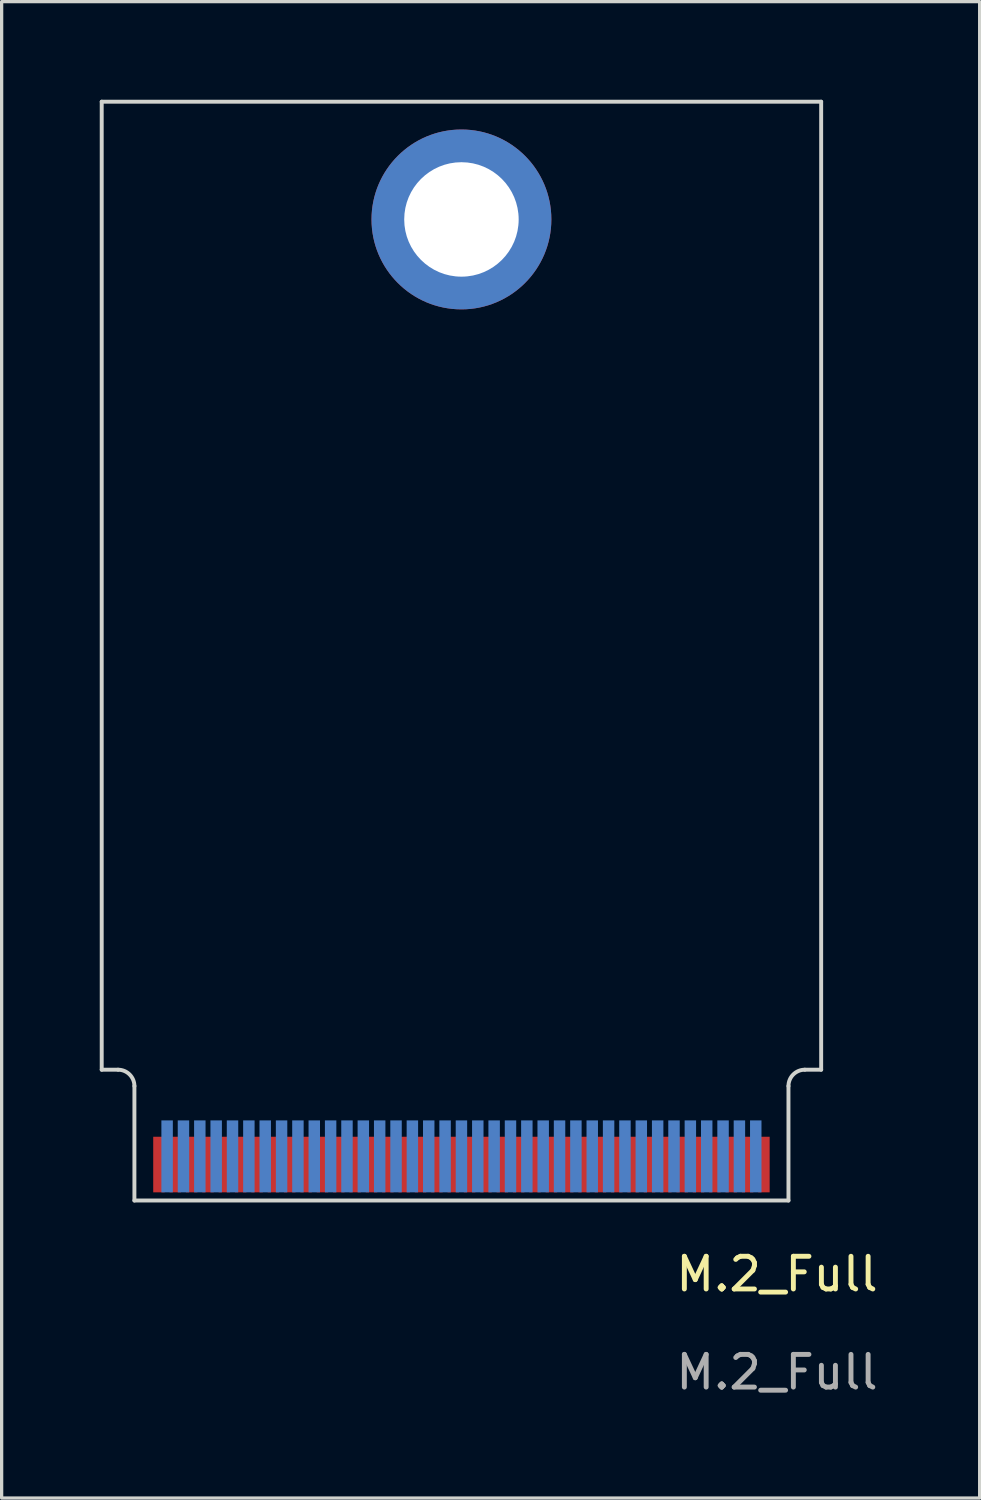
<source format=kicad_pcb>
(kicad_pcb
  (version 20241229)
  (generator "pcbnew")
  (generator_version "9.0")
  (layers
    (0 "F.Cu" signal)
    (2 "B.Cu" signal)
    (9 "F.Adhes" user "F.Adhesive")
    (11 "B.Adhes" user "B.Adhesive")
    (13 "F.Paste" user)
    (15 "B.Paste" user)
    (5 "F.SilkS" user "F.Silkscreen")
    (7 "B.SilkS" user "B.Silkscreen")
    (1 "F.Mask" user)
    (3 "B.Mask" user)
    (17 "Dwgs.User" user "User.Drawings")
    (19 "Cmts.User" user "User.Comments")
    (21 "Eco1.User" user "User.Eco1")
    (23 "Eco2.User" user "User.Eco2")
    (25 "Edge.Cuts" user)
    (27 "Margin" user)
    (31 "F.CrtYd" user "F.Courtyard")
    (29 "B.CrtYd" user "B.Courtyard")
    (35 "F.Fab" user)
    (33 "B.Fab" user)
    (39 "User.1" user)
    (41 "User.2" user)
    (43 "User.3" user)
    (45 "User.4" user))
  (footprint "M.2_Full"
    (layer "F.Cu")
    (at 11.06 33.66)
    (property "Reference" "M.2_Full" (at 9.65 2.25 0) (unlocked yes) (layer "F.SilkS") (effects (font (size 1 1) (thickness 0.15))))
    (fp_line (start -11 -33.6) (end 11 -33.6) (stroke (width 0.12) (type default)) (layer "Edge.Cuts"))
    (fp_line (start -11 -4) (end -11 -33.6) (stroke (width 0.12) (type default)) (layer "Edge.Cuts"))
    (fp_line (start -10.5 -4) (end -11 -4) (stroke (width 0.12) (type default)) (layer "Edge.Cuts"))
    (fp_line (start -10 0) (end -10 -3.5) (stroke (width 0.12) (type default)) (layer "Edge.Cuts"))
    (fp_line (start -10 0) (end 10 0) (stroke (width 0.12) (type default)) (layer "Edge.Cuts"))
    (fp_line (start 10 0) (end 10 -3.5) (stroke (width 0.12) (type default)) (layer "Edge.Cuts"))
    (fp_line (start 10.5 -4) (end 11 -4) (stroke (width 0.12) (type default)) (layer "Edge.Cuts"))
    (fp_line (start 11 -4) (end 11 -33.6) (stroke (width 0.12) (type default)) (layer "Edge.Cuts"))
    (fp_arc (start -10.499999 -4.000001) (mid -10.146446 -3.853554) (end -9.999999 -3.500001) (stroke (width 0.12) (type default)) (layer "Edge.Cuts"))
    (fp_arc (start 10 -3.5) (mid 10.146447 -3.853553) (end 10.5 -4) (stroke (width 0.12) (type default)) (layer "Edge.Cuts"))
    (fp_text user "${REFERENCE}" (at 9.65 5.25 0) (unlocked yes) (layer "F.Fab") (effects (font (size 1 1) (thickness 0.15))))
    (pad "1" thru_hole circle (at 0 -30) (size 5.5 5.5) (drill 3.5) (layers "*.Cu" "*.Mask"))
    (pad "1" connect rect (at 9.25 -1.1) (size 0.35 1.7) (layers "F.Cu" "F.Mask"))
    (pad "2" connect rect (at 9 -1.35) (size 0.35 2.2) (layers "B.Cu" "B.Mask"))
    (pad "3" connect rect (at 8.75 -1.1 180) (size 0.35 1.7) (layers "F.Cu" "F.Mask"))
    (pad "4" connect rect (at 8.5 -1.35) (size 0.35 2.2) (layers "B.Cu" "B.Mask"))
    (pad "5" connect rect (at 8.25 -1.1 180) (size 0.35 1.7) (layers "F.Cu" "F.Mask"))
    (pad "6" connect rect (at 8 -1.35) (size 0.35 2.2) (layers "B.Cu" "B.Mask"))
    (pad "7" connect rect (at 7.75 -1.1 180) (size 0.35 1.7) (layers "F.Cu" "F.Mask"))
    (pad "8" connect rect (at 7.5 -1.35) (size 0.35 2.2) (layers "B.Cu" "B.Mask"))
    (pad "9" connect rect (at 7.25 -1.1 180) (size 0.35 1.7) (layers "F.Cu" "F.Mask"))
    (pad "10" connect rect (at 7 -1.35) (size 0.35 2.2) (layers "B.Cu" "B.Mask"))
    (pad "11" connect rect (at 6.75 -1.1 180) (size 0.35 1.7) (layers "F.Cu" "F.Mask"))
    (pad "12" connect rect (at 6.5 -1.35) (size 0.35 2.2) (layers "B.Cu" "B.Mask"))
    (pad "13" connect rect (at 6.25 -1.1 180) (size 0.35 1.7) (layers "F.Cu" "F.Mask"))
    (pad "14" connect rect (at 6 -1.35) (size 0.35 2.2) (layers "B.Cu" "B.Mask"))
    (pad "15" connect rect (at 5.75 -1.1 180) (size 0.35 1.7) (layers "F.Cu" "F.Mask"))
    (pad "16" connect rect (at 5.5 -1.35) (size 0.35 2.2) (layers "B.Cu" "B.Mask"))
    (pad "17" connect rect (at 5.25 -1.1 180) (size 0.35 1.7) (layers "F.Cu" "F.Mask"))
    (pad "18" connect rect (at 5 -1.35) (size 0.35 2.2) (layers "B.Cu" "B.Mask"))
    (pad "19" connect rect (at 4.75 -1.1 180) (size 0.35 1.7) (layers "F.Cu" "F.Mask"))
    (pad "20" connect rect (at 4.5 -1.35) (size 0.35 2.2) (layers "B.Cu" "B.Mask"))
    (pad "21" connect rect (at 4.25 -1.1 180) (size 0.35 1.7) (layers "F.Cu" "F.Mask"))
    (pad "22" connect rect (at 4 -1.35) (size 0.35 2.2) (layers "B.Cu" "B.Mask"))
    (pad "23" connect rect (at 3.75 -1.1 180) (size 0.35 1.7) (layers "F.Cu" "F.Mask"))
    (pad "24" connect rect (at 3.5 -1.35) (size 0.35 2.2) (layers "B.Cu" "B.Mask"))
    (pad "25" connect rect (at 3.25 -1.1 180) (size 0.35 1.7) (layers "F.Cu" "F.Mask"))
    (pad "26" connect rect (at 3 -1.35) (size 0.35 2.2) (layers "B.Cu" "B.Mask"))
    (pad "27" connect rect (at 2.75 -1.1 180) (size 0.35 1.7) (layers "F.Cu" "F.Mask"))
    (pad "28" connect rect (at 2.5 -1.35) (size 0.35 2.2) (layers "B.Cu" "B.Mask"))
    (pad "29" connect rect (at 2.25 -1.1 180) (size 0.35 1.7) (layers "F.Cu" "F.Mask"))
    (pad "30" connect rect (at 2 -1.35) (size 0.35 2.2) (layers "B.Cu" "B.Mask"))
    (pad "31" connect rect (at 1.75 -1.1 180) (size 0.35 1.7) (layers "F.Cu" "F.Mask"))
    (pad "32" connect rect (at 1.5 -1.35) (size 0.35 2.2) (layers "B.Cu" "B.Mask"))
    (pad "33" connect rect (at 1.25 -1.1 180) (size 0.35 1.7) (layers "F.Cu" "F.Mask"))
    (pad "34" connect rect (at 1 -1.35) (size 0.35 2.2) (layers "B.Cu" "B.Mask"))
    (pad "35" connect rect (at 0.75 -1.1 180) (size 0.35 1.7) (layers "F.Cu" "F.Mask"))
    (pad "36" connect rect (at 0.5 -1.35) (size 0.35 2.2) (layers "B.Cu" "B.Mask"))
    (pad "37" connect rect (at 0.25 -1.1 180) (size 0.35 1.7) (layers "F.Cu" "F.Mask"))
    (pad "38" connect rect (at 0 -1.35) (size 0.35 2.2) (layers "B.Cu" "B.Mask"))
    (pad "39" connect rect (at -0.25 -1.1 180) (size 0.35 1.7) (layers "F.Cu" "F.Mask"))
    (pad "40" connect rect (at -0.5 -1.35) (size 0.35 2.2) (layers "B.Cu" "B.Mask"))
    (pad "41" connect rect (at -0.75 -1.1 180) (size 0.35 1.7) (layers "F.Cu" "F.Mask"))
    (pad "42" connect rect (at -1 -1.35) (size 0.35 2.2) (layers "B.Cu" "B.Mask"))
    (pad "43" connect rect (at -1.25 -1.1 180) (size 0.35 1.7) (layers "F.Cu" "F.Mask"))
    (pad "44" connect rect (at -1.5 -1.35) (size 0.35 2.2) (layers "B.Cu" "B.Mask"))
    (pad "45" connect rect (at -1.75 -1.1 180) (size 0.35 1.7) (layers "F.Cu" "F.Mask"))
    (pad "46" connect rect (at -2 -1.35) (size 0.35 2.2) (layers "B.Cu" "B.Mask"))
    (pad "47" connect rect (at -2.25 -1.1 180) (size 0.35 1.7) (layers "F.Cu" "F.Mask"))
    (pad "48" connect rect (at -2.5 -1.35) (size 0.35 2.2) (layers "B.Cu" "B.Mask"))
    (pad "49" connect rect (at -2.75 -1.1 180) (size 0.35 1.7) (layers "F.Cu" "F.Mask"))
    (pad "50" connect rect (at -3 -1.35) (size 0.35 2.2) (layers "B.Cu" "B.Mask"))
    (pad "51" connect rect (at -3.25 -1.1 180) (size 0.35 1.7) (layers "F.Cu" "F.Mask"))
    (pad "52" connect rect (at -3.5 -1.35) (size 0.35 2.2) (layers "B.Cu" "B.Mask"))
    (pad "53" connect rect (at -3.75 -1.1 180) (size 0.35 1.7) (layers "F.Cu" "F.Mask"))
    (pad "54" connect rect (at -4 -1.35) (size 0.35 2.2) (layers "B.Cu" "B.Mask"))
    (pad "55" connect rect (at -4.25 -1.1 180) (size 0.35 1.7) (layers "F.Cu" "F.Mask"))
    (pad "56" connect rect (at -4.5 -1.35) (size 0.35 2.2) (layers "B.Cu" "B.Mask"))
    (pad "57" connect rect (at -4.75 -1.1 180) (size 0.35 1.7) (layers "F.Cu" "F.Mask"))
    (pad "58" connect rect (at -5 -1.35) (size 0.35 2.2) (layers "B.Cu" "B.Mask"))
    (pad "59" connect rect (at -5.25 -1.1 180) (size 0.35 1.7) (layers "F.Cu" "F.Mask"))
    (pad "60" connect rect (at -5.5 -1.35) (size 0.35 2.2) (layers "B.Cu" "B.Mask"))
    (pad "61" connect rect (at -5.75 -1.1 180) (size 0.35 1.7) (layers "F.Cu" "F.Mask"))
    (pad "62" connect rect (at -6 -1.35) (size 0.35 2.2) (layers "B.Cu" "B.Mask"))
    (pad "63" connect rect (at -6.25 -1.1 180) (size 0.35 1.7) (layers "F.Cu" "F.Mask"))
    (pad "64" connect rect (at -6.5 -1.35) (size 0.35 2.2) (layers "B.Cu" "B.Mask"))
    (pad "65" connect rect (at -6.75 -1.1 180) (size 0.35 1.7) (layers "F.Cu" "F.Mask"))
    (pad "66" connect rect (at -7 -1.35) (size 0.35 2.2) (layers "B.Cu" "B.Mask"))
    (pad "67" connect rect (at -7.25 -1.1 180) (size 0.35 1.7) (layers "F.Cu" "F.Mask"))
    (pad "68" connect rect (at -7.5 -1.35) (size 0.35 2.2) (layers "B.Cu" "B.Mask"))
    (pad "69" connect rect (at -7.75 -1.1 180) (size 0.35 1.7) (layers "F.Cu" "F.Mask"))
    (pad "70" connect rect (at -8 -1.35) (size 0.35 2.2) (layers "B.Cu" "B.Mask"))
    (pad "71" connect rect (at -8.25 -1.1 180) (size 0.35 1.7) (layers "F.Cu" "F.Mask"))
    (pad "72" connect rect (at -8.5 -1.35) (size 0.35 2.2) (layers "B.Cu" "B.Mask"))
    (pad "73" connect rect (at -8.75 -1.1 180) (size 0.35 1.7) (layers "F.Cu" "F.Mask"))
    (pad "74" connect rect (at -9 -1.35) (size 0.35 2.2) (layers "B.Cu" "B.Mask"))
    (pad "75" connect rect (at -9.25 -1.1 180) (size 0.35 1.7) (layers "F.Cu" "F.Mask")))
  (gr_rect
    (start -3 -3)
    (end 26.906 42.758)
    (stroke (width 0.1) (type default))
    (fill no)
    (layer "Edge.Cuts")))
</source>
